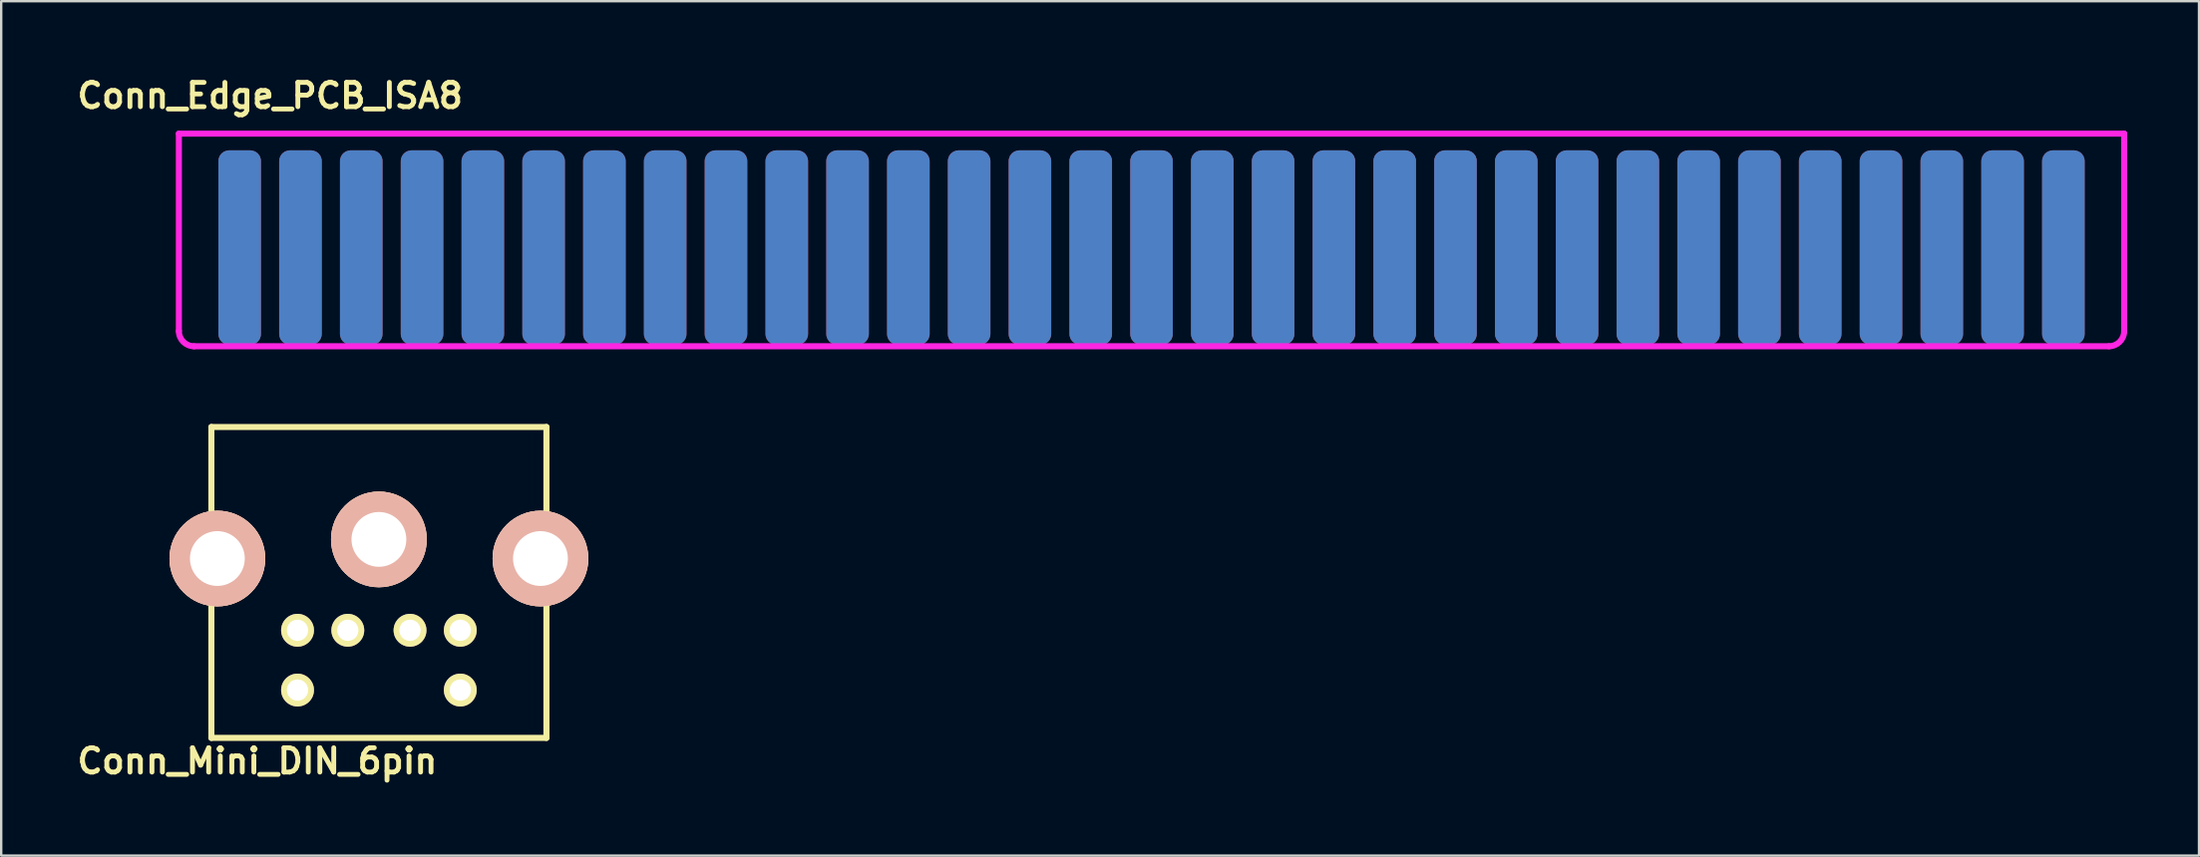
<source format=kicad_pcb>
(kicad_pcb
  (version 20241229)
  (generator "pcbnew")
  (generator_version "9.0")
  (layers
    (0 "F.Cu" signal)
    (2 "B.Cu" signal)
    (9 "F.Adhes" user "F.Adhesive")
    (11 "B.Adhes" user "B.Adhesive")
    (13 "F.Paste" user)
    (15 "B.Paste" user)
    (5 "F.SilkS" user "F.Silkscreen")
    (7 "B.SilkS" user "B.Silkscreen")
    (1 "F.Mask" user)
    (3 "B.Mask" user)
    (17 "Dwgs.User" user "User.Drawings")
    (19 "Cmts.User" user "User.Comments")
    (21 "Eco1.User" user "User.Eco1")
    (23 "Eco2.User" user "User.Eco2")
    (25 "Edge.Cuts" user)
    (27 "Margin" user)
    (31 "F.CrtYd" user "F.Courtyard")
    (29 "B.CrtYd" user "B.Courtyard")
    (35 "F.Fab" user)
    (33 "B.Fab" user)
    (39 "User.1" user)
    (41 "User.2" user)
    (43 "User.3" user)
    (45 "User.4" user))
  (footprint "Conn_Mini_DIN_6pin"
    (layer "F.Cu")
    (at 12.782 14.805)
    (property "Reference" "Conn_Mini_DIN_6pin" (at -5.08 13.97 0) (layer "F.SilkS") (effects (font (size 1.016 1.016) (thickness 0.203))))
    (attr through_hole)
    (fp_line (start -7 0) (end 7 0) (stroke (width 0.254) (type solid)) (layer "F.SilkS"))
    (fp_line (start -7 13) (end -7 0) (stroke (width 0.254) (type solid)) (layer "F.SilkS"))
    (fp_line (start 7 0) (end 7 13) (stroke (width 0.254) (type solid)) (layer "F.SilkS"))
    (fp_line (start 7 13) (end -7 13) (stroke (width 0.254) (type solid)) (layer "F.SilkS"))
    (pad "1" thru_hole circle (at -1.3 8.5 180) (size 1.372 1.372) (drill 0.889) (layers "*.Cu" "*.Mask" "F.SilkS"))
    (pad "2" thru_hole circle (at 1.3 8.5 180) (size 1.372 1.372) (drill 0.889) (layers "*.Cu" "*.Mask" "F.SilkS"))
    (pad "3" thru_hole circle (at -3.4 8.5 180) (size 1.372 1.372) (drill 0.889) (layers "*.Cu" "*.Mask" "F.SilkS"))
    (pad "4" thru_hole circle (at 3.4 8.5 180) (size 1.372 1.372) (drill 0.889) (layers "*.Cu" "*.Mask" "F.SilkS"))
    (pad "5" thru_hole circle (at -3.4 11 180) (size 1.372 1.372) (drill 0.889) (layers "*.Cu" "*.Mask" "F.SilkS"))
    (pad "6" thru_hole circle (at 3.4 11 180) (size 1.372 1.372) (drill 0.889) (layers "*.Cu" "*.Mask" "F.SilkS"))
    (pad "~" thru_hole circle (at -6.75 5.5 180) (size 4 4) (drill 2.291) (layers "*.Cu" "*.SilkS" "*.Mask"))
    (pad "~" thru_hole circle (at 0 4.7 180) (size 4 4) (drill 2.291) (layers "*.Cu" "*.SilkS" "*.Mask"))
    (pad "~" thru_hole circle (at 6.75 5.5 180) (size 4 4) (drill 2.291) (layers "*.Cu" "*.SilkS" "*.Mask")))
  (footprint "Conn_Edge_PCB_ISA8"
    (layer "F.Cu")
    (at 45.064 7.301)
    (property "Reference" "Conn_Edge_PCB_ISA8" (at -36.83 -6.35 0) (layer "F.SilkS") (effects (font (size 1.016 1.016) (thickness 0.203))))
    (attr through_hole)
    (fp_poly (pts (xy 40.64 4.128) (xy -40.64 4.128) (xy -40.64 -3.493) (xy 40.64 -3.493)) (stroke (width 0.1) (type solid)) (fill yes) (layer "F.Mask"))
    (fp_poly (pts (xy 40.64 4.128) (xy -40.64 4.128) (xy -40.64 -3.493) (xy 40.64 -3.493)) (stroke (width 0.1) (type solid)) (fill yes) (layer "B.Mask"))
    (fp_line (start -40.64 3.493) (end -40.64 -4.763) (stroke (width 0.254) (type solid)) (layer "F.CrtYd"))
    (fp_line (start 40.005 4.128) (end -40.005 4.128) (stroke (width 0.254) (type solid)) (layer "F.CrtYd"))
    (fp_line (start 40.64 -4.763) (end -40.64 -4.763) (stroke (width 0.254) (type solid)) (layer "F.CrtYd"))
    (fp_line (start 40.64 3.493) (end 40.64 -4.763) (stroke (width 0.254) (type solid)) (layer "F.CrtYd"))
    (fp_arc (start -40.005 4.1275) (mid -40.454013 3.941513) (end -40.64 3.4925) (stroke (width 0.254) (type solid)) (layer "F.CrtYd"))
    (fp_arc (start 40.64 3.4925) (mid 40.454013 3.941513) (end 40.005 4.1275) (stroke (width 0.254) (type solid)) (layer "F.CrtYd"))
    (pad "1" connect roundrect (at 38.1 0) (size 1.778 8.128) (layers "B.Cu") (roundrect_rratio 0.25))
    (pad "2" connect roundrect (at 35.56 0) (size 1.778 8.128) (layers "B.Cu") (roundrect_rratio 0.25))
    (pad "3" connect roundrect (at 33.02 0) (size 1.778 8.128) (layers "B.Cu") (roundrect_rratio 0.25))
    (pad "4" connect roundrect (at 30.48 0) (size 1.778 8.128) (layers "B.Cu") (roundrect_rratio 0.25))
    (pad "5" connect roundrect (at 27.94 0) (size 1.778 8.128) (layers "B.Cu") (roundrect_rratio 0.25))
    (pad "6" connect roundrect (at 25.4 0) (size 1.778 8.128) (layers "B.Cu") (roundrect_rratio 0.25))
    (pad "7" connect roundrect (at 22.86 0) (size 1.778 8.128) (layers "B.Cu") (roundrect_rratio 0.25))
    (pad "8" connect roundrect (at 20.32 0) (size 1.778 8.128) (layers "B.Cu") (roundrect_rratio 0.25))
    (pad "9" connect roundrect (at 17.78 0) (size 1.778 8.128) (layers "B.Cu") (roundrect_rratio 0.25))
    (pad "10" connect roundrect (at 15.24 0) (size 1.778 8.128) (layers "B.Cu") (roundrect_rratio 0.25))
    (pad "11" connect roundrect (at 12.7 0) (size 1.778 8.128) (layers "B.Cu") (roundrect_rratio 0.25))
    (pad "12" connect roundrect (at 10.16 0) (size 1.778 8.128) (layers "B.Cu") (roundrect_rratio 0.25))
    (pad "13" connect roundrect (at 7.62 0) (size 1.778 8.128) (layers "B.Cu") (roundrect_rratio 0.25))
    (pad "14" connect roundrect (at 5.08 0) (size 1.778 8.128) (layers "B.Cu") (roundrect_rratio 0.25))
    (pad "15" connect roundrect (at 2.54 0) (size 1.778 8.128) (layers "B.Cu") (roundrect_rratio 0.25))
    (pad "16" connect roundrect (at 0 0) (size 1.778 8.128) (layers "B.Cu") (roundrect_rratio 0.25))
    (pad "17" connect roundrect (at -2.54 0) (size 1.778 8.128) (layers "B.Cu") (roundrect_rratio 0.25))
    (pad "18" connect roundrect (at -5.08 0) (size 1.778 8.128) (layers "B.Cu") (roundrect_rratio 0.25))
    (pad "19" connect roundrect (at -7.62 0) (size 1.778 8.128) (layers "B.Cu") (roundrect_rratio 0.25))
    (pad "20" connect roundrect (at -10.16 0) (size 1.778 8.128) (layers "B.Cu") (roundrect_rratio 0.25))
    (pad "21" connect roundrect (at -12.7 0) (size 1.778 8.128) (layers "B.Cu") (roundrect_rratio 0.25))
    (pad "22" connect roundrect (at -15.24 0) (size 1.778 8.128) (layers "B.Cu") (roundrect_rratio 0.25))
    (pad "23" connect roundrect (at -17.78 0) (size 1.778 8.128) (layers "B.Cu") (roundrect_rratio 0.25))
    (pad "24" connect roundrect (at -20.32 0) (size 1.778 8.128) (layers "B.Cu") (roundrect_rratio 0.25))
    (pad "25" connect roundrect (at -22.86 0) (size 1.778 8.128) (layers "B.Cu") (roundrect_rratio 0.25))
    (pad "26" connect roundrect (at -25.4 0) (size 1.778 8.128) (layers "B.Cu") (roundrect_rratio 0.25))
    (pad "27" connect roundrect (at -27.94 0) (size 1.778 8.128) (layers "B.Cu") (roundrect_rratio 0.25))
    (pad "28" connect roundrect (at -30.48 0) (size 1.778 8.128) (layers "B.Cu") (roundrect_rratio 0.25))
    (pad "29" connect roundrect (at -33.02 0) (size 1.778 8.128) (layers "B.Cu") (roundrect_rratio 0.25))
    (pad "30" connect roundrect (at -35.56 0) (size 1.778 8.128) (layers "B.Cu") (roundrect_rratio 0.25))
    (pad "31" connect roundrect (at -38.1 0) (size 1.778 8.128) (layers "B.Cu") (roundrect_rratio 0.25))
    (pad "32" connect roundrect (at 38.1 0) (size 1.778 8.128) (layers "F.Cu") (roundrect_rratio 0.25))
    (pad "33" connect roundrect (at 35.56 0) (size 1.778 8.128) (layers "F.Cu") (roundrect_rratio 0.25))
    (pad "34" connect roundrect (at 33.02 0) (size 1.778 8.128) (layers "F.Cu") (roundrect_rratio 0.25))
    (pad "35" connect roundrect (at 30.48 0) (size 1.778 8.128) (layers "F.Cu") (roundrect_rratio 0.25))
    (pad "36" connect roundrect (at 27.94 0) (size 1.778 8.128) (layers "F.Cu") (roundrect_rratio 0.25))
    (pad "37" connect roundrect (at 25.4 0) (size 1.778 8.128) (layers "F.Cu") (roundrect_rratio 0.25))
    (pad "38" connect roundrect (at 22.86 0) (size 1.778 8.128) (layers "F.Cu") (roundrect_rratio 0.25))
    (pad "39" connect roundrect (at 20.32 0) (size 1.778 8.128) (layers "F.Cu") (roundrect_rratio 0.25))
    (pad "40" connect roundrect (at 17.78 0) (size 1.778 8.128) (layers "F.Cu") (roundrect_rratio 0.25))
    (pad "41" connect roundrect (at 15.24 0) (size 1.778 8.128) (layers "F.Cu") (roundrect_rratio 0.25))
    (pad "42" connect roundrect (at 12.7 0) (size 1.778 8.128) (layers "F.Cu") (roundrect_rratio 0.25))
    (pad "43" connect roundrect (at 10.16 0) (size 1.778 8.128) (layers "F.Cu") (roundrect_rratio 0.25))
    (pad "44" connect roundrect (at 7.62 0) (size 1.778 8.128) (layers "F.Cu") (roundrect_rratio 0.25))
    (pad "45" connect roundrect (at 5.08 0) (size 1.778 8.128) (layers "F.Cu") (roundrect_rratio 0.25))
    (pad "46" connect roundrect (at 2.54 0) (size 1.778 8.128) (layers "F.Cu") (roundrect_rratio 0.25))
    (pad "47" connect roundrect (at 0 0) (size 1.778 8.128) (layers "F.Cu") (roundrect_rratio 0.25))
    (pad "48" connect roundrect (at -2.54 0) (size 1.778 8.128) (layers "F.Cu") (roundrect_rratio 0.25))
    (pad "49" connect roundrect (at -5.08 0) (size 1.778 8.128) (layers "F.Cu") (roundrect_rratio 0.25))
    (pad "50" connect roundrect (at -7.62 0) (size 1.778 8.128) (layers "F.Cu") (roundrect_rratio 0.25))
    (pad "51" connect roundrect (at -10.16 0) (size 1.778 8.128) (layers "F.Cu") (roundrect_rratio 0.25))
    (pad "52" connect roundrect (at -12.7 0) (size 1.778 8.128) (layers "F.Cu") (roundrect_rratio 0.25))
    (pad "53" connect roundrect (at -15.24 0) (size 1.778 8.128) (layers "F.Cu") (roundrect_rratio 0.25))
    (pad "54" connect roundrect (at -17.78 0) (size 1.778 8.128) (layers "F.Cu") (roundrect_rratio 0.25))
    (pad "55" connect roundrect (at -20.32 0) (size 1.778 8.128) (layers "F.Cu") (roundrect_rratio 0.25))
    (pad "56" connect roundrect (at -22.86 0) (size 1.778 8.128) (layers "F.Cu") (roundrect_rratio 0.25))
    (pad "57" connect roundrect (at -25.4 0) (size 1.778 8.128) (layers "F.Cu") (roundrect_rratio 0.25))
    (pad "58" connect roundrect (at -27.94 0) (size 1.778 8.128) (layers "F.Cu") (roundrect_rratio 0.25))
    (pad "59" connect roundrect (at -30.48 0) (size 1.778 8.128) (layers "F.Cu") (roundrect_rratio 0.25))
    (pad "60" connect roundrect (at -33.02 0) (size 1.778 8.128) (layers "F.Cu") (roundrect_rratio 0.25))
    (pad "61" connect roundrect (at -35.56 0) (size 1.778 8.128) (layers "F.Cu") (roundrect_rratio 0.25))
    (pad "62" connect roundrect (at -38.1 0) (size 1.778 8.128) (layers "F.Cu") (roundrect_rratio 0.25)))
  (gr_rect
    (start -3 -3)
    (end 88.831 32.726)
    (stroke (width 0.1) (type default))
    (fill no)
    (layer "Edge.Cuts")))
</source>
